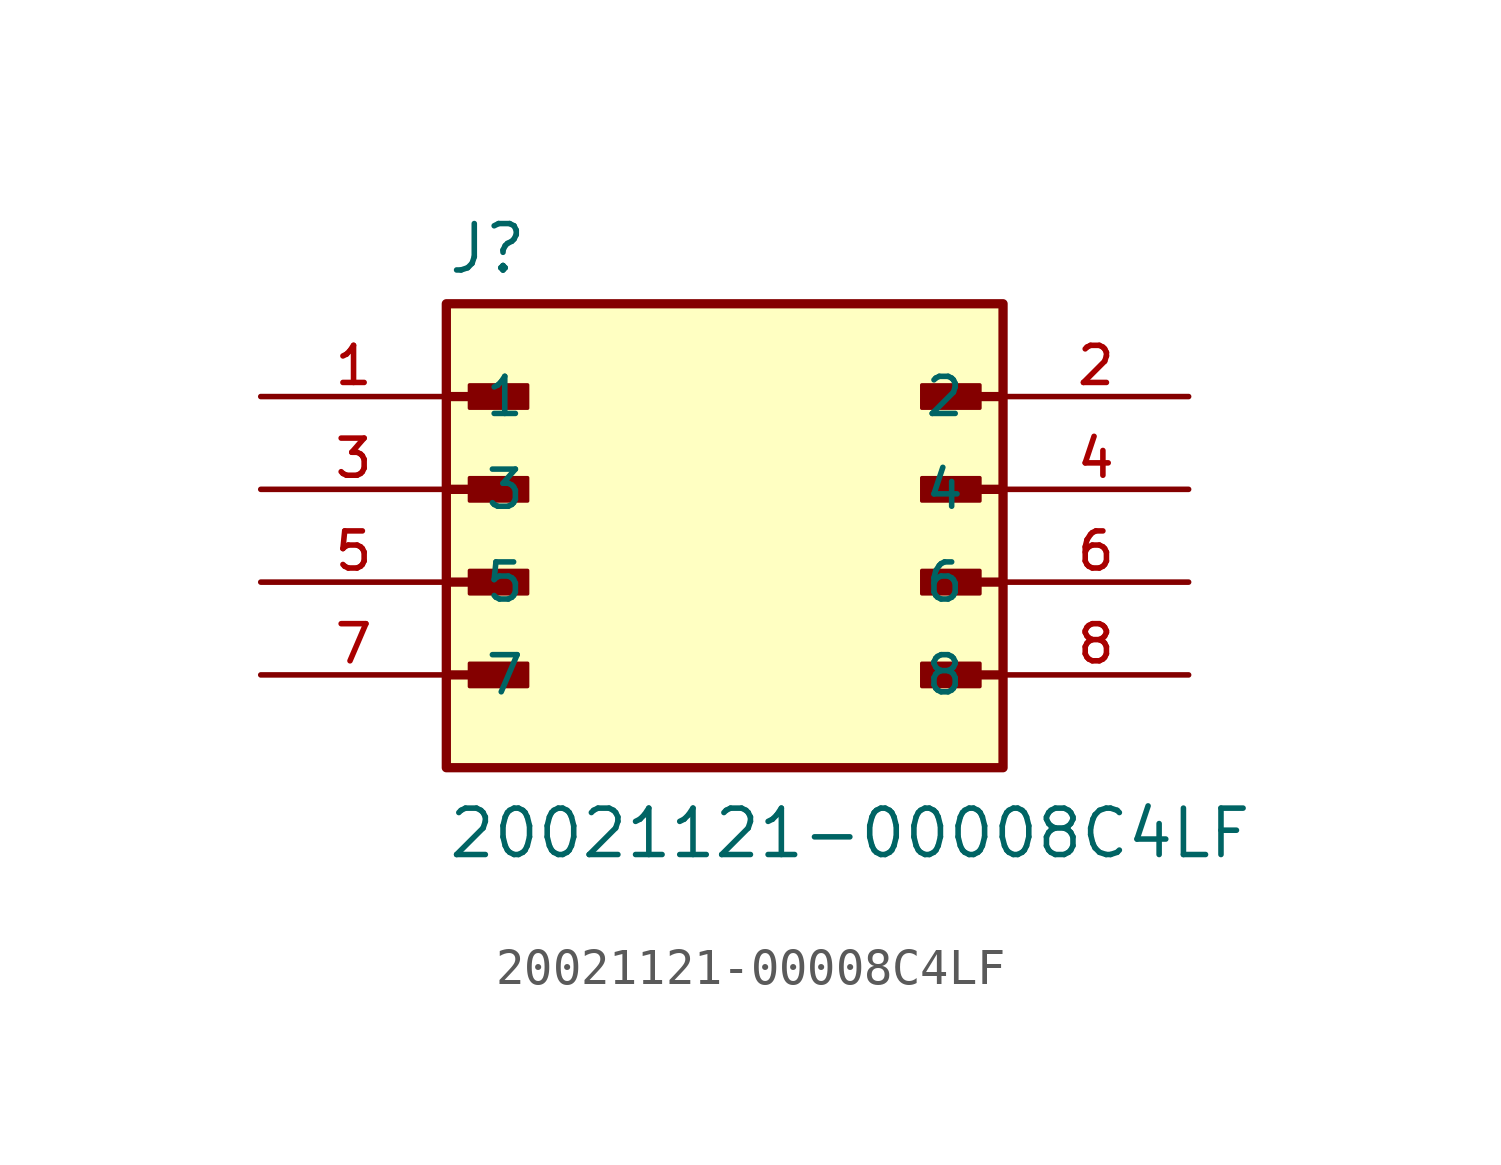
<source format=kicad_sym>
(kicad_symbol_lib
  (version 20211014)
  (generator kicad_symbol_editor)
  (symbol "20021121-00008C4LF"
    (pin_names
      (offset 1.016))
    (property "Reference" "J"
      (at -7.62 8.382 0)
      (effects (font (size 1.27 1.27)) (justify bottom left)))
    (property "Value" "20021121-00008C4LF"
      (at -7.62 -7.62 0)
      (effects (font (size 1.27 1.27)) (justify bottom left)))
    (symbol "20021121-00008C4LF_0_0"
      (polyline (pts (xy -7.62 5.08) (xy -5.715 5.08)) (stroke (width 0.254)))
      (rectangle (start -6.985 4.763) (end -5.397 5.397) (stroke (width 0.1)) (fill (type outline)))
      (polyline (pts (xy 7.62 5.08) (xy 5.715 5.08)) (stroke (width 0.254)))
      (rectangle (start 5.397 4.763) (end 6.985 5.397) (stroke (width 0.1)) (fill (type outline)))
      (polyline (pts (xy -7.62 2.54) (xy -5.715 2.54)) (stroke (width 0.254)))
      (rectangle (start -6.985 2.223) (end -5.397 2.857) (stroke (width 0.1)) (fill (type outline)))
      (polyline (pts (xy 7.62 2.54) (xy 5.715 2.54)) (stroke (width 0.254)))
      (rectangle (start 5.397 2.223) (end 6.985 2.857) (stroke (width 0.1)) (fill (type outline)))
      (polyline (pts (xy -7.62 0.0) (xy -5.715 0.0)) (stroke (width 0.254)))
      (rectangle (start -6.985 -0.318) (end -5.397 0.318) (stroke (width 0.1)) (fill (type outline)))
      (polyline (pts (xy 7.62 0.0) (xy 5.715 0.0)) (stroke (width 0.254)))
      (rectangle (start 5.397 -0.318) (end 6.985 0.318) (stroke (width 0.1)) (fill (type outline)))
      (polyline (pts (xy -7.62 -2.54) (xy -5.715 -2.54)) (stroke (width 0.254)))
      (rectangle (start -6.985 -2.857) (end -5.397 -2.223) (stroke (width 0.1)) (fill (type outline)))
      (polyline (pts (xy 7.62 -2.54) (xy 5.715 -2.54)) (stroke (width 0.254)))
      (rectangle (start 5.397 -2.857) (end 6.985 -2.223) (stroke (width 0.1)) (fill (type outline)))
      (rectangle (start -7.62 -5.08) (end 7.62 7.62) (stroke (width 0.254)) (fill (type background)))
      (pin passive line (at -12.7 5.08 0) (length 5.08) (name "1" (effects (font (size 1.016 1.016)))) (number "1" (effects (font (size 1.016 1.016)))))
      (pin passive line (at 12.7 5.08 180.0) (length 5.08) (name "2" (effects (font (size 1.016 1.016)))) (number "2" (effects (font (size 1.016 1.016)))))
      (pin passive line (at -12.7 2.54 0) (length 5.08) (name "3" (effects (font (size 1.016 1.016)))) (number "3" (effects (font (size 1.016 1.016)))))
      (pin passive line (at 12.7 2.54 180.0) (length 5.08) (name "4" (effects (font (size 1.016 1.016)))) (number "4" (effects (font (size 1.016 1.016)))))
      (pin passive line (at -12.7 0.0 0) (length 5.08) (name "5" (effects (font (size 1.016 1.016)))) (number "5" (effects (font (size 1.016 1.016)))))
      (pin passive line (at 12.7 0.0 180.0) (length 5.08) (name "6" (effects (font (size 1.016 1.016)))) (number "6" (effects (font (size 1.016 1.016)))))
      (pin passive line (at -12.7 -2.54 0) (length 5.08) (name "7" (effects (font (size 1.016 1.016)))) (number "7" (effects (font (size 1.016 1.016)))))
      (pin passive line (at 12.7 -2.54 180.0) (length 5.08) (name "8" (effects (font (size 1.016 1.016)))) (number "8" (effects (font (size 1.016 1.016))))))))
</source>
